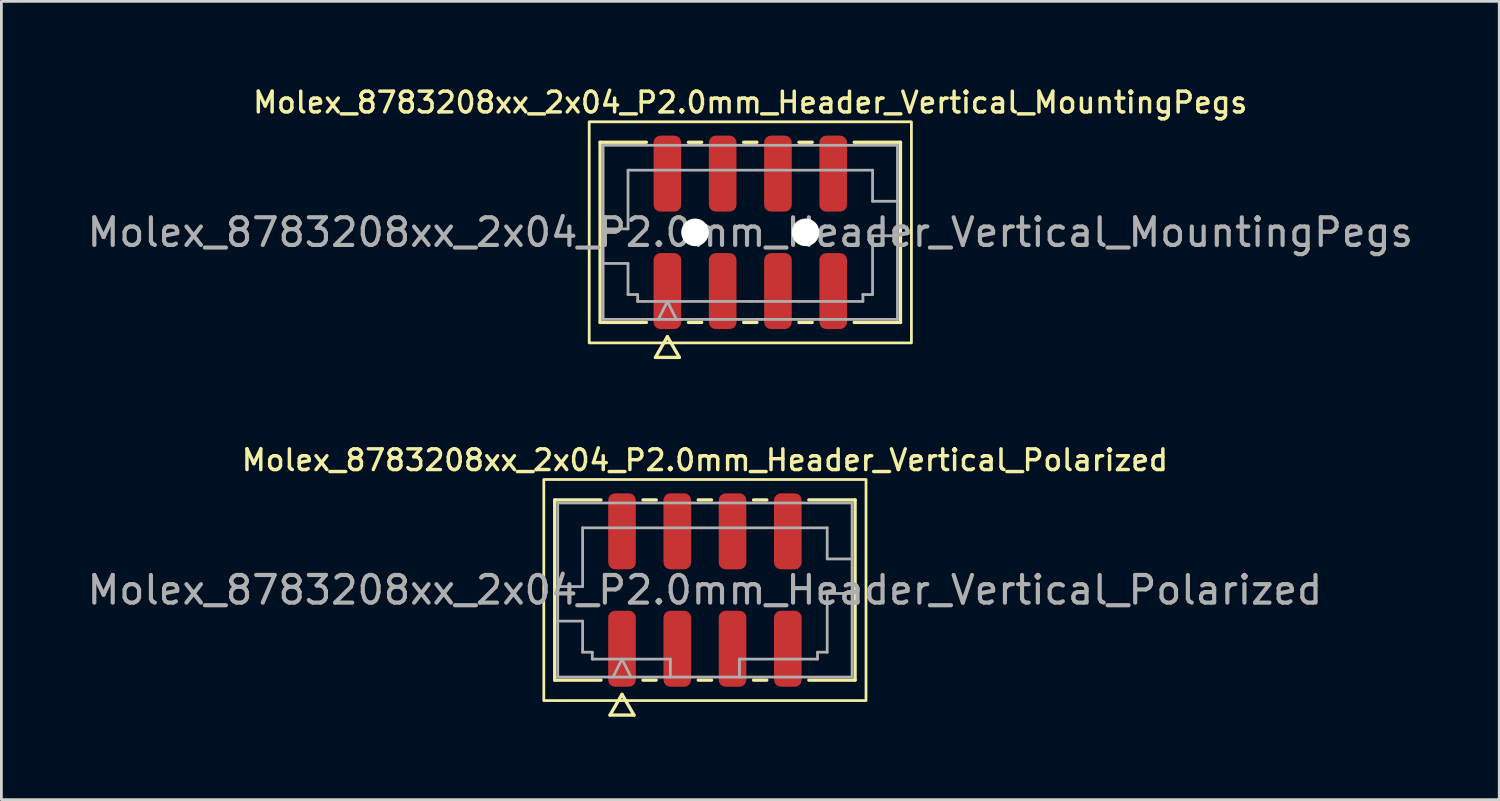
<source format=kicad_pcb>
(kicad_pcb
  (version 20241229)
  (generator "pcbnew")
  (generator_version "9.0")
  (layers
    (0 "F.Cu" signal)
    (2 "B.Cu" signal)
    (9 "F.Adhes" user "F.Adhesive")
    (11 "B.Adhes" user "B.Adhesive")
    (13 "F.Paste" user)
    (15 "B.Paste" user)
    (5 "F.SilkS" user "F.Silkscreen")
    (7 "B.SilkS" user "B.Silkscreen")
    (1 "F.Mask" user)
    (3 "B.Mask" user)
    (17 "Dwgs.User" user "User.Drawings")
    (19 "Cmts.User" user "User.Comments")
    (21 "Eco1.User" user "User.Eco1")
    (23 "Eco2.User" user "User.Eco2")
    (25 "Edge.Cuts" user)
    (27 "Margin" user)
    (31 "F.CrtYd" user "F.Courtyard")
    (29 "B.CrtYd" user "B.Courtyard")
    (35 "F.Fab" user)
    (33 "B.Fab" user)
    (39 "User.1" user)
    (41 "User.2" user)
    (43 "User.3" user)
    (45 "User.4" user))
  (footprint "Molex_8783208xx_2x04_P2.0mm_Header_Vertical_Polarized"
    (layer "F.Cu")
    (at 22.458 18.301)
    (property "Reference" "Molex_8783208xx_2x04_P2.0mm_Header_Vertical_Polarized" (at 0 -4.7 0) (layer "F.SilkS") (effects (font (size 0.75 0.75) (thickness 0.125))))
    (attr smd)
    (fp_line (start -5.435 -3.26) (end -3.76 -3.26) (stroke (width 0.12) (type solid)) (layer "F.SilkS"))
    (fp_line (start -5.435 3.26) (end -5.435 -3.26) (stroke (width 0.12) (type solid)) (layer "F.SilkS"))
    (fp_line (start -3.76 3.26) (end -5.435 3.26) (stroke (width 0.12) (type solid)) (layer "F.SilkS"))
    (fp_line (start -3.433 4.525) (end -3 3.775) (stroke (width 0.12) (type solid)) (layer "F.SilkS"))
    (fp_line (start -3 3.775) (end -2.567 4.525) (stroke (width 0.12) (type solid)) (layer "F.SilkS"))
    (fp_line (start -2.567 4.525) (end -3.433 4.525) (stroke (width 0.12) (type solid)) (layer "F.SilkS"))
    (fp_line (start -2.24 -3.26) (end -1.76 -3.26) (stroke (width 0.12) (type solid)) (layer "F.SilkS"))
    (fp_line (start -1.76 3.26) (end -2.24 3.26) (stroke (width 0.12) (type solid)) (layer "F.SilkS"))
    (fp_line (start -0.24 -3.26) (end 0.24 -3.26) (stroke (width 0.12) (type solid)) (layer "F.SilkS"))
    (fp_line (start 0.24 3.26) (end -0.24 3.26) (stroke (width 0.12) (type solid)) (layer "F.SilkS"))
    (fp_line (start 1.76 -3.26) (end 2.24 -3.26) (stroke (width 0.12) (type solid)) (layer "F.SilkS"))
    (fp_line (start 2.24 3.26) (end 1.76 3.26) (stroke (width 0.12) (type solid)) (layer "F.SilkS"))
    (fp_line (start 3.76 -3.26) (end 5.435 -3.26) (stroke (width 0.12) (type solid)) (layer "F.SilkS"))
    (fp_line (start 5.435 -3.26) (end 5.435 3.26) (stroke (width 0.12) (type solid)) (layer "F.SilkS"))
    (fp_line (start 5.435 3.26) (end 3.76 3.26) (stroke (width 0.12) (type solid)) (layer "F.SilkS"))
    (fp_rect (start -5.83 -4) (end 5.83 4) (stroke (width 0.1) (type solid)) (fill no) (layer "F.SilkS"))
    (fp_line (start -5.325 -3.15) (end 5.325 -3.15) (stroke (width 0.1) (type solid)) (layer "F.Fab"))
    (fp_line (start -5.325 -0.125) (end -4.425 -0.125) (stroke (width 0.1) (type solid)) (layer "F.Fab"))
    (fp_line (start -5.325 1.125) (end -4.425 1.125) (stroke (width 0.1) (type solid)) (layer "F.Fab"))
    (fp_line (start -5.325 3.15) (end -5.325 -3.15) (stroke (width 0.1) (type solid)) (layer "F.Fab"))
    (fp_line (start -4.425 -2.25) (end 4.425 -2.25) (stroke (width 0.1) (type solid)) (layer "F.Fab"))
    (fp_line (start -4.425 -0.125) (end -4.425 -2.25) (stroke (width 0.1) (type solid)) (layer "F.Fab"))
    (fp_line (start -4.425 1.125) (end -4.425 2.25) (stroke (width 0.1) (type solid)) (layer "F.Fab"))
    (fp_line (start -4.425 2.25) (end -4.075 2.25) (stroke (width 0.1) (type solid)) (layer "F.Fab"))
    (fp_line (start -4.075 2.25) (end -4.075 2.5) (stroke (width 0.1) (type solid)) (layer "F.Fab"))
    (fp_line (start -4.075 2.5) (end -1.25 2.5) (stroke (width 0.1) (type solid)) (layer "F.Fab"))
    (fp_line (start -3.325 3.15) (end -3 2.5) (stroke (width 0.1) (type solid)) (layer "F.Fab"))
    (fp_line (start -3 2.5) (end -2.675 3.15) (stroke (width 0.1) (type solid)) (layer "F.Fab"))
    (fp_line (start -1.25 2.5) (end -1.25 3.15) (stroke (width 0.1) (type solid)) (layer "F.Fab"))
    (fp_line (start 1.25 2.5) (end 1.25 3.15) (stroke (width 0.1) (type solid)) (layer "F.Fab"))
    (fp_line (start 1.25 2.5) (end 4.075 2.5) (stroke (width 0.1) (type solid)) (layer "F.Fab"))
    (fp_line (start 4.075 2.25) (end 4.425 2.25) (stroke (width 0.1) (type solid)) (layer "F.Fab"))
    (fp_line (start 4.075 2.5) (end 4.075 2.25) (stroke (width 0.1) (type solid)) (layer "F.Fab"))
    (fp_line (start 4.425 -2.25) (end 4.425 -1.125) (stroke (width 0.1) (type solid)) (layer "F.Fab"))
    (fp_line (start 4.425 -1.125) (end 5.325 -1.125) (stroke (width 0.1) (type solid)) (layer "F.Fab"))
    (fp_line (start 4.425 0.125) (end 5.325 0.125) (stroke (width 0.1) (type solid)) (layer "F.Fab"))
    (fp_line (start 4.425 2.25) (end 4.425 0.125) (stroke (width 0.1) (type solid)) (layer "F.Fab"))
    (fp_line (start 5.325 -3.15) (end 5.325 3.15) (stroke (width 0.1) (type solid)) (layer "F.Fab"))
    (fp_line (start 5.325 3.15) (end -5.325 3.15) (stroke (width 0.1) (type solid)) (layer "F.Fab"))
    (fp_text user "${REFERENCE}" (at 0 0 0) (layer "F.Fab") (effects (font (size 1 1) (thickness 0.15))))
    (pad "1" smd roundrect (at -3 2.125) (size 1 2.75) (layers "F.Cu" "F.Mask" "F.Paste") (roundrect_rratio 0.25))
    (pad "2" smd roundrect (at -3 -2.125) (size 1 2.75) (layers "F.Cu" "F.Mask" "F.Paste") (roundrect_rratio 0.25))
    (pad "3" smd roundrect (at -1 2.125) (size 1 2.75) (layers "F.Cu" "F.Mask" "F.Paste") (roundrect_rratio 0.25))
    (pad "4" smd roundrect (at -1 -2.125) (size 1 2.75) (layers "F.Cu" "F.Mask" "F.Paste") (roundrect_rratio 0.25))
    (pad "5" smd roundrect (at 1 2.125) (size 1 2.75) (layers "F.Cu" "F.Mask" "F.Paste") (roundrect_rratio 0.25))
    (pad "6" smd roundrect (at 1 -2.125) (size 1 2.75) (layers "F.Cu" "F.Mask" "F.Paste") (roundrect_rratio 0.25))
    (pad "7" smd roundrect (at 3 2.125) (size 1 2.75) (layers "F.Cu" "F.Mask" "F.Paste") (roundrect_rratio 0.25))
    (pad "8" smd roundrect (at 3 -2.125) (size 1 2.75) (layers "F.Cu" "F.Mask" "F.Paste") (roundrect_rratio 0.25)))
  (footprint "Molex_8783208xx_2x04_P2.0mm_Header_Vertical_MountingPegs"
    (layer "F.Cu")
    (at 24.101 5.358)
    (property "Reference" "Molex_8783208xx_2x04_P2.0mm_Header_Vertical_MountingPegs" (at 0 -4.7 0) (layer "F.SilkS") (effects (font (size 0.75 0.75) (thickness 0.125))))
    (attr smd)
    (fp_line (start -5.435 -3.26) (end -3.76 -3.26) (stroke (width 0.12) (type solid)) (layer "F.SilkS"))
    (fp_line (start -5.435 3.26) (end -5.435 -3.26) (stroke (width 0.12) (type solid)) (layer "F.SilkS"))
    (fp_line (start -3.76 3.26) (end -5.435 3.26) (stroke (width 0.12) (type solid)) (layer "F.SilkS"))
    (fp_line (start -3.433 4.525) (end -3 3.775) (stroke (width 0.12) (type solid)) (layer "F.SilkS"))
    (fp_line (start -3 3.775) (end -2.567 4.525) (stroke (width 0.12) (type solid)) (layer "F.SilkS"))
    (fp_line (start -2.567 4.525) (end -3.433 4.525) (stroke (width 0.12) (type solid)) (layer "F.SilkS"))
    (fp_line (start -2.24 -3.26) (end -1.76 -3.26) (stroke (width 0.12) (type solid)) (layer "F.SilkS"))
    (fp_line (start -1.76 3.26) (end -2.24 3.26) (stroke (width 0.12) (type solid)) (layer "F.SilkS"))
    (fp_line (start -0.24 -3.26) (end 0.24 -3.26) (stroke (width 0.12) (type solid)) (layer "F.SilkS"))
    (fp_line (start 0.24 3.26) (end -0.24 3.26) (stroke (width 0.12) (type solid)) (layer "F.SilkS"))
    (fp_line (start 1.76 -3.26) (end 2.24 -3.26) (stroke (width 0.12) (type solid)) (layer "F.SilkS"))
    (fp_line (start 2.24 3.26) (end 1.76 3.26) (stroke (width 0.12) (type solid)) (layer "F.SilkS"))
    (fp_line (start 3.76 -3.26) (end 5.435 -3.26) (stroke (width 0.12) (type solid)) (layer "F.SilkS"))
    (fp_line (start 5.435 -3.26) (end 5.435 3.26) (stroke (width 0.12) (type solid)) (layer "F.SilkS"))
    (fp_line (start 5.435 3.26) (end 3.76 3.26) (stroke (width 0.12) (type solid)) (layer "F.SilkS"))
    (fp_rect (start -5.83 -4) (end 5.83 4) (stroke (width 0.1) (type solid)) (fill no) (layer "F.SilkS"))
    (fp_line (start -5.325 -3.15) (end 5.325 -3.15) (stroke (width 0.1) (type solid)) (layer "F.Fab"))
    (fp_line (start -5.325 -0.125) (end -4.425 -0.125) (stroke (width 0.1) (type solid)) (layer "F.Fab"))
    (fp_line (start -5.325 1.125) (end -4.425 1.125) (stroke (width 0.1) (type solid)) (layer "F.Fab"))
    (fp_line (start -5.325 3.15) (end -5.325 -3.15) (stroke (width 0.1) (type solid)) (layer "F.Fab"))
    (fp_line (start -4.425 -2.25) (end 4.425 -2.25) (stroke (width 0.1) (type solid)) (layer "F.Fab"))
    (fp_line (start -4.425 -0.125) (end -4.425 -2.25) (stroke (width 0.1) (type solid)) (layer "F.Fab"))
    (fp_line (start -4.425 1.125) (end -4.425 2.25) (stroke (width 0.1) (type solid)) (layer "F.Fab"))
    (fp_line (start -4.425 2.25) (end -4.075 2.25) (stroke (width 0.1) (type solid)) (layer "F.Fab"))
    (fp_line (start -4.075 2.25) (end -4.075 2.5) (stroke (width 0.1) (type solid)) (layer "F.Fab"))
    (fp_line (start -4.075 2.5) (end 0 2.5) (stroke (width 0.1) (type solid)) (layer "F.Fab"))
    (fp_line (start -3.325 3.15) (end -3 2.5) (stroke (width 0.1) (type solid)) (layer "F.Fab"))
    (fp_line (start -3 2.5) (end -2.675 3.15) (stroke (width 0.1) (type solid)) (layer "F.Fab"))
    (fp_line (start 0 2.5) (end 4.075 2.5) (stroke (width 0.1) (type solid)) (layer "F.Fab"))
    (fp_line (start 4.075 2.25) (end 4.425 2.25) (stroke (width 0.1) (type solid)) (layer "F.Fab"))
    (fp_line (start 4.075 2.5) (end 4.075 2.25) (stroke (width 0.1) (type solid)) (layer "F.Fab"))
    (fp_line (start 4.425 -2.25) (end 4.425 -1.125) (stroke (width 0.1) (type solid)) (layer "F.Fab"))
    (fp_line (start 4.425 -1.125) (end 5.325 -1.125) (stroke (width 0.1) (type solid)) (layer "F.Fab"))
    (fp_line (start 4.425 0.125) (end 5.325 0.125) (stroke (width 0.1) (type solid)) (layer "F.Fab"))
    (fp_line (start 4.425 2.25) (end 4.425 0.125) (stroke (width 0.1) (type solid)) (layer "F.Fab"))
    (fp_line (start 5.325 -3.15) (end 5.325 3.15) (stroke (width 0.1) (type solid)) (layer "F.Fab"))
    (fp_line (start 5.325 3.15) (end -5.325 3.15) (stroke (width 0.1) (type solid)) (layer "F.Fab"))
    (fp_text user "${REFERENCE}" (at 0 0 0) (layer "F.Fab") (effects (font (size 1 1) (thickness 0.15))))
    (pad "" np_thru_hole circle (at -2 0) (size 1 1) (drill 1) (layers "*.Cu" "*.Mask"))
    (pad "" np_thru_hole circle (at 2 0) (size 1 1) (drill 1) (layers "*.Cu" "*.Mask"))
    (pad "1" smd roundrect (at -3 2.125) (size 1 2.75) (layers "F.Cu" "F.Mask" "F.Paste") (roundrect_rratio 0.25))
    (pad "2" smd roundrect (at -3 -2.125) (size 1 2.75) (layers "F.Cu" "F.Mask" "F.Paste") (roundrect_rratio 0.25))
    (pad "3" smd roundrect (at -1 2.125) (size 1 2.75) (layers "F.Cu" "F.Mask" "F.Paste") (roundrect_rratio 0.25))
    (pad "4" smd roundrect (at -1 -2.125) (size 1 2.75) (layers "F.Cu" "F.Mask" "F.Paste") (roundrect_rratio 0.25))
    (pad "5" smd roundrect (at 1 2.125) (size 1 2.75) (layers "F.Cu" "F.Mask" "F.Paste") (roundrect_rratio 0.25))
    (pad "6" smd roundrect (at 1 -2.125) (size 1 2.75) (layers "F.Cu" "F.Mask" "F.Paste") (roundrect_rratio 0.25))
    (pad "7" smd roundrect (at 3 2.125) (size 1 2.75) (layers "F.Cu" "F.Mask" "F.Paste") (roundrect_rratio 0.25))
    (pad "8" smd roundrect (at 3 -2.125) (size 1 2.75) (layers "F.Cu" "F.Mask" "F.Paste") (roundrect_rratio 0.25)))
  (gr_rect
    (start -3 -3)
    (end 51.202 25.886)
    (stroke (width 0.1) (type default))
    (fill no)
    (layer "Edge.Cuts")))
</source>
